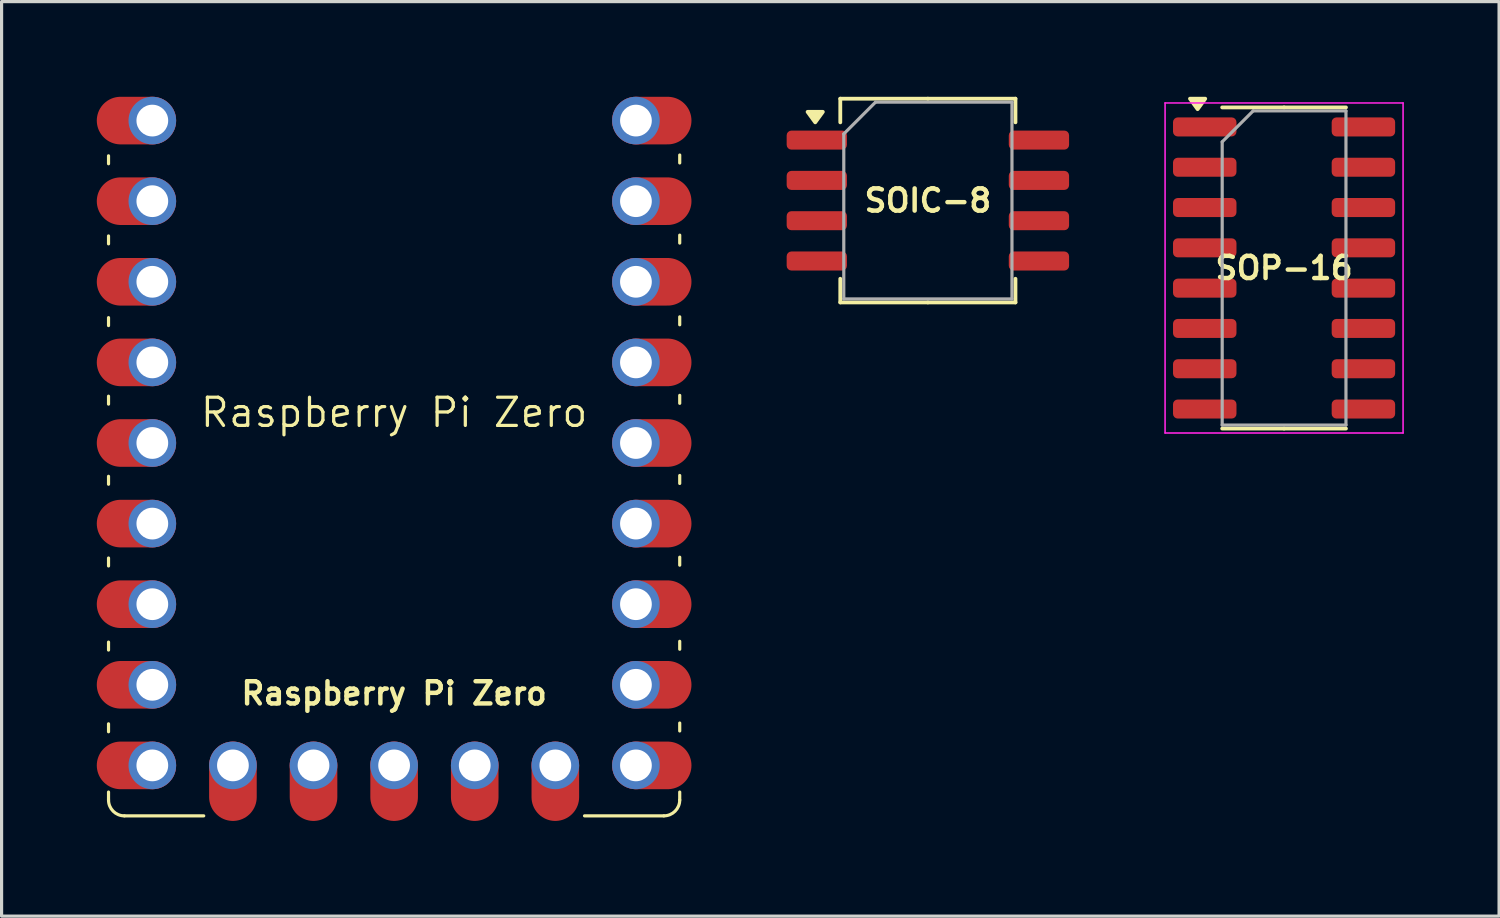
<source format=kicad_pcb>
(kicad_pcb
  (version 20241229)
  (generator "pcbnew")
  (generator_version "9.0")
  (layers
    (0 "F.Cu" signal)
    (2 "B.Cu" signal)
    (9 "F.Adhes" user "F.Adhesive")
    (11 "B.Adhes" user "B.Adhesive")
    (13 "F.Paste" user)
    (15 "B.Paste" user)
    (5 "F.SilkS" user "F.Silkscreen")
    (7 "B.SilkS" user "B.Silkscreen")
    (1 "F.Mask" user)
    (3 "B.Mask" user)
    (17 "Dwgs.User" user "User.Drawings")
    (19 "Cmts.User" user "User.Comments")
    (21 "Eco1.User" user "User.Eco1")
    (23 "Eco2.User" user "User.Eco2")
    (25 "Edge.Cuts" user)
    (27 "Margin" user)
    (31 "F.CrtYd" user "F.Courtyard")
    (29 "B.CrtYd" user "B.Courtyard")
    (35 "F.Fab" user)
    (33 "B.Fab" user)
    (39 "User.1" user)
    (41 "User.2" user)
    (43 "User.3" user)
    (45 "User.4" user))
  (footprint "Raspberry Pi Zero"
    (layer "F.Cu")
    (at 9.37 10.91)
    (property "Reference" "Raspberry Pi Zero" (at 0 -0.96 0) (layer "F.SilkS") (effects (font (size 0.889 0.889) (thickness 0.102))))
    (attr through_hole exclude_from_pos_files)
    (fp_line (start -9 -9.05) (end -9 -8.8) (stroke (width 0.1) (type default)) (layer "F.SilkS"))
    (fp_line (start -9 -6.525) (end -9 -6.275) (stroke (width 0.1) (type default)) (layer "F.SilkS"))
    (fp_line (start -9 -3.95) (end -9 -3.7) (stroke (width 0.1) (type default)) (layer "F.SilkS"))
    (fp_line (start -9 -1.475) (end -9 -1.225) (stroke (width 0.1) (type default)) (layer "F.SilkS"))
    (fp_line (start -9 1.05) (end -9 1.3) (stroke (width 0.1) (type default)) (layer "F.SilkS"))
    (fp_line (start -9 3.625) (end -9 3.875) (stroke (width 0.1) (type default)) (layer "F.SilkS"))
    (fp_line (start -9 6.275) (end -9 6.525) (stroke (width 0.1) (type default)) (layer "F.SilkS"))
    (fp_line (start -9 8.85) (end -9 9.1) (stroke (width 0.1) (type default)) (layer "F.SilkS"))
    (fp_line (start -9 11.25) (end -9 11) (stroke (width 0.1) (type default)) (layer "F.SilkS"))
    (fp_line (start -8.5 11.75) (end -6 11.75) (stroke (width 0.1) (type default)) (layer "F.SilkS"))
    (fp_line (start 8.5 11.75) (end 6 11.75) (stroke (width 0.1) (type default)) (layer "F.SilkS"))
    (fp_line (start 9 -9.075) (end 9 -8.825) (stroke (width 0.1) (type default)) (layer "F.SilkS"))
    (fp_line (start 9 -6.55) (end 9 -6.3) (stroke (width 0.1) (type default)) (layer "F.SilkS"))
    (fp_line (start 9 -3.975) (end 9 -3.725) (stroke (width 0.1) (type default)) (layer "F.SilkS"))
    (fp_line (start 9 -1.5) (end 9 -1.25) (stroke (width 0.1) (type default)) (layer "F.SilkS"))
    (fp_line (start 9 1.025) (end 9 1.275) (stroke (width 0.1) (type default)) (layer "F.SilkS"))
    (fp_line (start 9 3.6) (end 9 3.85) (stroke (width 0.1) (type default)) (layer "F.SilkS"))
    (fp_line (start 9 6.25) (end 9 6.5) (stroke (width 0.1) (type default)) (layer "F.SilkS"))
    (fp_line (start 9 8.825) (end 9 9.075) (stroke (width 0.1) (type default)) (layer "F.SilkS"))
    (fp_line (start 9 11.25) (end 9 11) (stroke (width 0.1) (type default)) (layer "F.SilkS"))
    (fp_arc (start -8.5 11.75) (mid -8.853553 11.603553) (end -9 11.25) (stroke (width 0.1) (type default)) (layer "F.SilkS"))
    (fp_arc (start 9 11.25) (mid 8.853553 11.603553) (end 8.5 11.75) (stroke (width 0.1) (type default)) (layer "F.SilkS"))
    (fp_text user "${REFERENCE}" (at 0 8.3 0) (unlocked yes) (layer "F.SilkS") (effects (font (size 0.7 0.7) (thickness 0.14) (bold yes)) (justify bottom)))
    (pad "1" thru_hole oval (at 7.62 -10.16) (size 1.5 1.5) (drill 1) (layers "*.Cu" "*.Mask"))
    (pad "1" smd oval (at 8.12 -10.16) (size 2.5 1.5) (layers "F.Cu" "F.Mask" "F.Paste"))
    (pad "2" thru_hole oval (at 7.62 -7.62) (size 1.5 1.5) (drill 1) (layers "*.Cu" "*.Mask"))
    (pad "2" smd oval (at 8.12 -7.62) (size 2.5 1.5) (layers "F.Cu" "F.Mask" "F.Paste"))
    (pad "3" thru_hole oval (at 7.62 -5.08) (size 1.5 1.5) (drill 1) (layers "*.Cu" "*.Mask"))
    (pad "3" smd oval (at 8.12 -5.08) (size 2.5 1.5) (layers "F.Cu" "F.Mask" "F.Paste"))
    (pad "4" thru_hole oval (at 7.62 -2.54) (size 1.5 1.5) (drill 1) (layers "*.Cu" "*.Mask"))
    (pad "4" smd oval (at 8.12 -2.54) (size 2.5 1.5) (layers "F.Cu" "F.Mask" "F.Paste"))
    (pad "5" thru_hole oval (at 7.62 0) (size 1.5 1.5) (drill 1) (layers "*.Cu" "*.Mask"))
    (pad "5" smd oval (at 8.12 0) (size 2.5 1.5) (layers "F.Cu" "F.Mask" "F.Paste"))
    (pad "6" thru_hole oval (at 7.62 2.54) (size 1.5 1.5) (drill 1) (layers "*.Cu" "*.Mask"))
    (pad "6" smd oval (at 8.12 2.54) (size 2.5 1.5) (layers "F.Cu" "F.Mask" "F.Paste"))
    (pad "7" thru_hole oval (at 7.62 5.08) (size 1.5 1.5) (drill 1) (layers "*.Cu" "*.Mask"))
    (pad "7" smd oval (at 8.12 5.08) (size 2.5 1.5) (layers "F.Cu" "F.Mask" "F.Paste"))
    (pad "8" thru_hole oval (at 7.62 7.62) (size 1.5 1.5) (drill 1) (layers "*.Cu" "*.Mask"))
    (pad "8" smd oval (at 8.12 7.62) (size 2.5 1.5) (layers "F.Cu" "F.Mask" "F.Paste"))
    (pad "9" thru_hole oval (at 7.62 10.16) (size 1.5 1.5) (drill 1) (layers "*.Cu" "*.Mask"))
    (pad "9" smd oval (at 8.12 10.16) (size 2.5 1.5) (layers "F.Cu" "F.Mask" "F.Paste"))
    (pad "10" thru_hole oval (at 5.08 10.16) (size 1.5 1.5) (drill 1) (layers "*.Cu" "*.Mask"))
    (pad "10" smd oval (at 5.08 10.66 90) (size 2.5 1.5) (layers "F.Cu" "F.Mask" "F.Paste"))
    (pad "11" thru_hole oval (at 2.54 10.16) (size 1.5 1.5) (drill 1) (layers "*.Cu" "*.Mask"))
    (pad "11" smd oval (at 2.54 10.66 90) (size 2.5 1.5) (layers "F.Cu" "F.Mask" "F.Paste"))
    (pad "12" thru_hole oval (at 0 10.16) (size 1.5 1.5) (drill 1) (layers "*.Cu" "*.Mask"))
    (pad "12" smd oval (at 0 10.66 90) (size 2.5 1.5) (layers "F.Cu" "F.Mask" "F.Paste"))
    (pad "13" thru_hole oval (at -2.54 10.16) (size 1.5 1.5) (drill 1) (layers "*.Cu" "*.Mask"))
    (pad "13" smd oval (at -2.54 10.66 90) (size 2.5 1.5) (layers "F.Cu" "F.Mask" "F.Paste"))
    (pad "14" thru_hole oval (at -5.08 10.16) (size 1.5 1.5) (drill 1) (layers "*.Cu" "*.Mask"))
    (pad "14" smd oval (at -5.08 10.66 90) (size 2.5 1.5) (layers "F.Cu" "F.Mask" "F.Paste"))
    (pad "15" smd oval (at -8.12 10.16) (size 2.5 1.5) (layers "F.Cu" "F.Mask" "F.Paste"))
    (pad "15" thru_hole oval (at -7.62 10.16) (size 1.5 1.5) (drill 1) (layers "*.Cu" "*.Mask"))
    (pad "16" smd oval (at -8.12 7.62) (size 2.5 1.5) (layers "F.Cu" "F.Mask" "F.Paste"))
    (pad "16" thru_hole oval (at -7.62 7.62) (size 1.5 1.5) (drill 1) (layers "*.Cu" "*.Mask"))
    (pad "17" smd oval (at -8.12 5.08) (size 2.5 1.5) (layers "F.Cu" "F.Mask" "F.Paste"))
    (pad "17" thru_hole oval (at -7.62 5.08) (size 1.5 1.5) (drill 1) (layers "*.Cu" "*.Mask"))
    (pad "18" smd oval (at -8.12 2.54) (size 2.5 1.5) (layers "F.Cu" "F.Mask" "F.Paste"))
    (pad "18" thru_hole oval (at -7.62 2.54) (size 1.5 1.5) (drill 1) (layers "*.Cu" "*.Mask"))
    (pad "19" smd oval (at -8.12 0) (size 2.5 1.5) (layers "F.Cu" "F.Mask" "F.Paste"))
    (pad "19" thru_hole oval (at -7.62 0) (size 1.5 1.5) (drill 1) (layers "*.Cu" "*.Mask"))
    (pad "20" smd oval (at -8.12 -2.54) (size 2.5 1.5) (layers "F.Cu" "F.Mask" "F.Paste"))
    (pad "20" thru_hole oval (at -7.62 -2.54) (size 1.5 1.5) (drill 1) (layers "*.Cu" "*.Mask"))
    (pad "21" smd oval (at -8.12 -5.08) (size 2.5 1.5) (layers "F.Cu" "F.Mask" "F.Paste"))
    (pad "21" thru_hole oval (at -7.62 -5.08) (size 1.5 1.5) (drill 1) (layers "*.Cu" "*.Mask"))
    (pad "22" smd oval (at -8.12 -7.62) (size 2.5 1.5) (layers "F.Cu" "F.Mask" "F.Paste"))
    (pad "22" thru_hole oval (at -7.62 -7.62) (size 1.5 1.5) (drill 1) (layers "*.Cu" "*.Mask"))
    (pad "23" smd oval (at -8.12 -10.16) (size 2.5 1.5) (layers "F.Cu" "F.Mask" "F.Paste"))
    (pad "23" thru_hole oval (at -7.62 -10.16) (size 1.5 1.5) (drill 1) (layers "*.Cu" "*.Mask")))
  (footprint "SOIC-8"
    (layer "F.Cu")
    (at 26.19 3.27)
    (property "Reference" "SOIC-8" (at 0 0 0) (layer "F.SilkS") (effects (font (size 0.7 0.7) (thickness 0.14) (bold yes))))
    (attr smd)
    (fp_line (start -2.76 -3.21) (end -2.76 -2.465) (stroke (width 0.12) (type solid)) (layer "F.SilkS"))
    (fp_line (start -2.76 3.21) (end -2.76 2.465) (stroke (width 0.12) (type solid)) (layer "F.SilkS"))
    (fp_line (start 0 -3.21) (end -2.76 -3.21) (stroke (width 0.12) (type solid)) (layer "F.SilkS"))
    (fp_line (start 0 -3.21) (end 2.76 -3.21) (stroke (width 0.12) (type solid)) (layer "F.SilkS"))
    (fp_line (start 0 3.21) (end -2.76 3.21) (stroke (width 0.12) (type solid)) (layer "F.SilkS"))
    (fp_line (start 0 3.21) (end 2.76 3.21) (stroke (width 0.12) (type solid)) (layer "F.SilkS"))
    (fp_line (start 2.76 -3.21) (end 2.76 -2.465) (stroke (width 0.12) (type solid)) (layer "F.SilkS"))
    (fp_line (start 2.76 3.21) (end 2.76 2.465) (stroke (width 0.12) (type solid)) (layer "F.SilkS"))
    (fp_poly (pts (xy -3.55 -2.465) (xy -3.79 -2.795) (xy -3.31 -2.795) (xy -3.55 -2.465)) (stroke (width 0.12) (type solid)) (fill yes) (layer "F.SilkS"))
    (fp_line (start -2.65 -2.1) (end -1.65 -3.1) (stroke (width 0.1) (type solid)) (layer "F.Fab"))
    (fp_line (start -2.65 3.1) (end -2.65 -2.1) (stroke (width 0.1) (type solid)) (layer "F.Fab"))
    (fp_line (start -1.65 -3.1) (end 2.65 -3.1) (stroke (width 0.1) (type solid)) (layer "F.Fab"))
    (fp_line (start 2.65 -3.1) (end 2.65 3.1) (stroke (width 0.1) (type solid)) (layer "F.Fab"))
    (fp_line (start 2.65 3.1) (end -2.65 3.1) (stroke (width 0.1) (type solid)) (layer "F.Fab"))
    (pad "1" smd roundrect (at -3.5 -1.905) (size 1.9 0.6) (layers "F.Cu" "F.Mask" "F.Paste") (roundrect_rratio 0.25))
    (pad "2" smd roundrect (at -3.5 -0.635) (size 1.9 0.6) (layers "F.Cu" "F.Mask" "F.Paste") (roundrect_rratio 0.25))
    (pad "3" smd roundrect (at -3.5 0.635) (size 1.9 0.6) (layers "F.Cu" "F.Mask" "F.Paste") (roundrect_rratio 0.25))
    (pad "4" smd roundrect (at -3.5 1.905) (size 1.9 0.6) (layers "F.Cu" "F.Mask" "F.Paste") (roundrect_rratio 0.25))
    (pad "5" smd roundrect (at 3.5 1.905) (size 1.9 0.6) (layers "F.Cu" "F.Mask" "F.Paste") (roundrect_rratio 0.25))
    (pad "6" smd roundrect (at 3.5 0.635) (size 1.9 0.6) (layers "F.Cu" "F.Mask" "F.Paste") (roundrect_rratio 0.25))
    (pad "7" smd roundrect (at 3.5 -0.635) (size 1.9 0.6) (layers "F.Cu" "F.Mask" "F.Paste") (roundrect_rratio 0.25))
    (pad "8" smd roundrect (at 3.5 -1.905) (size 1.9 0.6) (layers "F.Cu" "F.Mask" "F.Paste") (roundrect_rratio 0.25)))
  (footprint "SOP-16"
    (layer "F.Cu")
    (at 37.415 5.395)
    (property "Reference" "SOP-16" (at 0 0 0) (layer "F.SilkS") (effects (font (size 0.7 0.7) (thickness 0.14) (bold yes))))
    (attr smd)
    (fp_line (start 0 -5.06) (end -1.95 -5.06) (stroke (width 0.12) (type solid)) (layer "F.SilkS"))
    (fp_line (start 0 -5.06) (end 1.95 -5.06) (stroke (width 0.12) (type solid)) (layer "F.SilkS"))
    (fp_line (start 0 5.06) (end -1.95 5.06) (stroke (width 0.12) (type solid)) (layer "F.SilkS"))
    (fp_line (start 0 5.06) (end 1.95 5.06) (stroke (width 0.12) (type solid)) (layer "F.SilkS"))
    (fp_poly (pts (xy -2.725 -5.005) (xy -2.965 -5.335) (xy -2.485 -5.335) (xy -2.725 -5.005)) (stroke (width 0.12) (type solid)) (fill yes) (layer "F.SilkS"))
    (fp_line (start -3.75 -5.2) (end -3.75 5.2) (stroke (width 0.05) (type solid)) (layer "F.CrtYd"))
    (fp_line (start -3.75 5.2) (end 3.75 5.2) (stroke (width 0.05) (type solid)) (layer "F.CrtYd"))
    (fp_line (start 3.75 -5.2) (end -3.75 -5.2) (stroke (width 0.05) (type solid)) (layer "F.CrtYd"))
    (fp_line (start 3.75 5.2) (end 3.75 -5.2) (stroke (width 0.05) (type solid)) (layer "F.CrtYd"))
    (fp_line (start -1.95 -3.975) (end -0.975 -4.95) (stroke (width 0.1) (type solid)) (layer "F.Fab"))
    (fp_line (start -1.95 4.95) (end -1.95 -3.975) (stroke (width 0.1) (type solid)) (layer "F.Fab"))
    (fp_line (start -0.975 -4.95) (end 1.95 -4.95) (stroke (width 0.1) (type solid)) (layer "F.Fab"))
    (fp_line (start 1.95 -4.95) (end 1.95 4.95) (stroke (width 0.1) (type solid)) (layer "F.Fab"))
    (fp_line (start 1.95 4.95) (end -1.95 4.95) (stroke (width 0.1) (type solid)) (layer "F.Fab"))
    (pad "1" smd roundrect (at -2.5 -4.445) (size 2 0.6) (layers "F.Cu" "F.Mask" "F.Paste") (roundrect_rratio 0.25))
    (pad "2" smd roundrect (at -2.5 -3.175) (size 2 0.6) (layers "F.Cu" "F.Mask" "F.Paste") (roundrect_rratio 0.25))
    (pad "3" smd roundrect (at -2.5 -1.905) (size 2 0.6) (layers "F.Cu" "F.Mask" "F.Paste") (roundrect_rratio 0.25))
    (pad "4" smd roundrect (at -2.5 -0.635) (size 2 0.6) (layers "F.Cu" "F.Mask" "F.Paste") (roundrect_rratio 0.25))
    (pad "5" smd roundrect (at -2.5 0.635) (size 2 0.6) (layers "F.Cu" "F.Mask" "F.Paste") (roundrect_rratio 0.25))
    (pad "6" smd roundrect (at -2.5 1.905) (size 2 0.6) (layers "F.Cu" "F.Mask" "F.Paste") (roundrect_rratio 0.25))
    (pad "7" smd roundrect (at -2.5 3.175) (size 2 0.6) (layers "F.Cu" "F.Mask" "F.Paste") (roundrect_rratio 0.25))
    (pad "8" smd roundrect (at -2.5 4.445) (size 2 0.6) (layers "F.Cu" "F.Mask" "F.Paste") (roundrect_rratio 0.25))
    (pad "9" smd roundrect (at 2.5 4.445) (size 2 0.6) (layers "F.Cu" "F.Mask" "F.Paste") (roundrect_rratio 0.25))
    (pad "10" smd roundrect (at 2.5 3.175) (size 2 0.6) (layers "F.Cu" "F.Mask" "F.Paste") (roundrect_rratio 0.25))
    (pad "11" smd roundrect (at 2.5 1.905) (size 2 0.6) (layers "F.Cu" "F.Mask" "F.Paste") (roundrect_rratio 0.25))
    (pad "12" smd roundrect (at 2.5 0.635) (size 2 0.6) (layers "F.Cu" "F.Mask" "F.Paste") (roundrect_rratio 0.25))
    (pad "13" smd roundrect (at 2.5 -0.635) (size 2 0.6) (layers "F.Cu" "F.Mask" "F.Paste") (roundrect_rratio 0.25))
    (pad "14" smd roundrect (at 2.5 -1.905) (size 2 0.6) (layers "F.Cu" "F.Mask" "F.Paste") (roundrect_rratio 0.25))
    (pad "15" smd roundrect (at 2.5 -3.175) (size 2 0.6) (layers "F.Cu" "F.Mask" "F.Paste") (roundrect_rratio 0.25))
    (pad "16" smd roundrect (at 2.5 -4.445) (size 2 0.6) (layers "F.Cu" "F.Mask" "F.Paste") (roundrect_rratio 0.25)))
  (gr_rect
    (start -3 -3)
    (end 44.19 25.82)
    (stroke (width 0.1) (type default))
    (fill no)
    (layer "Edge.Cuts")))
</source>
